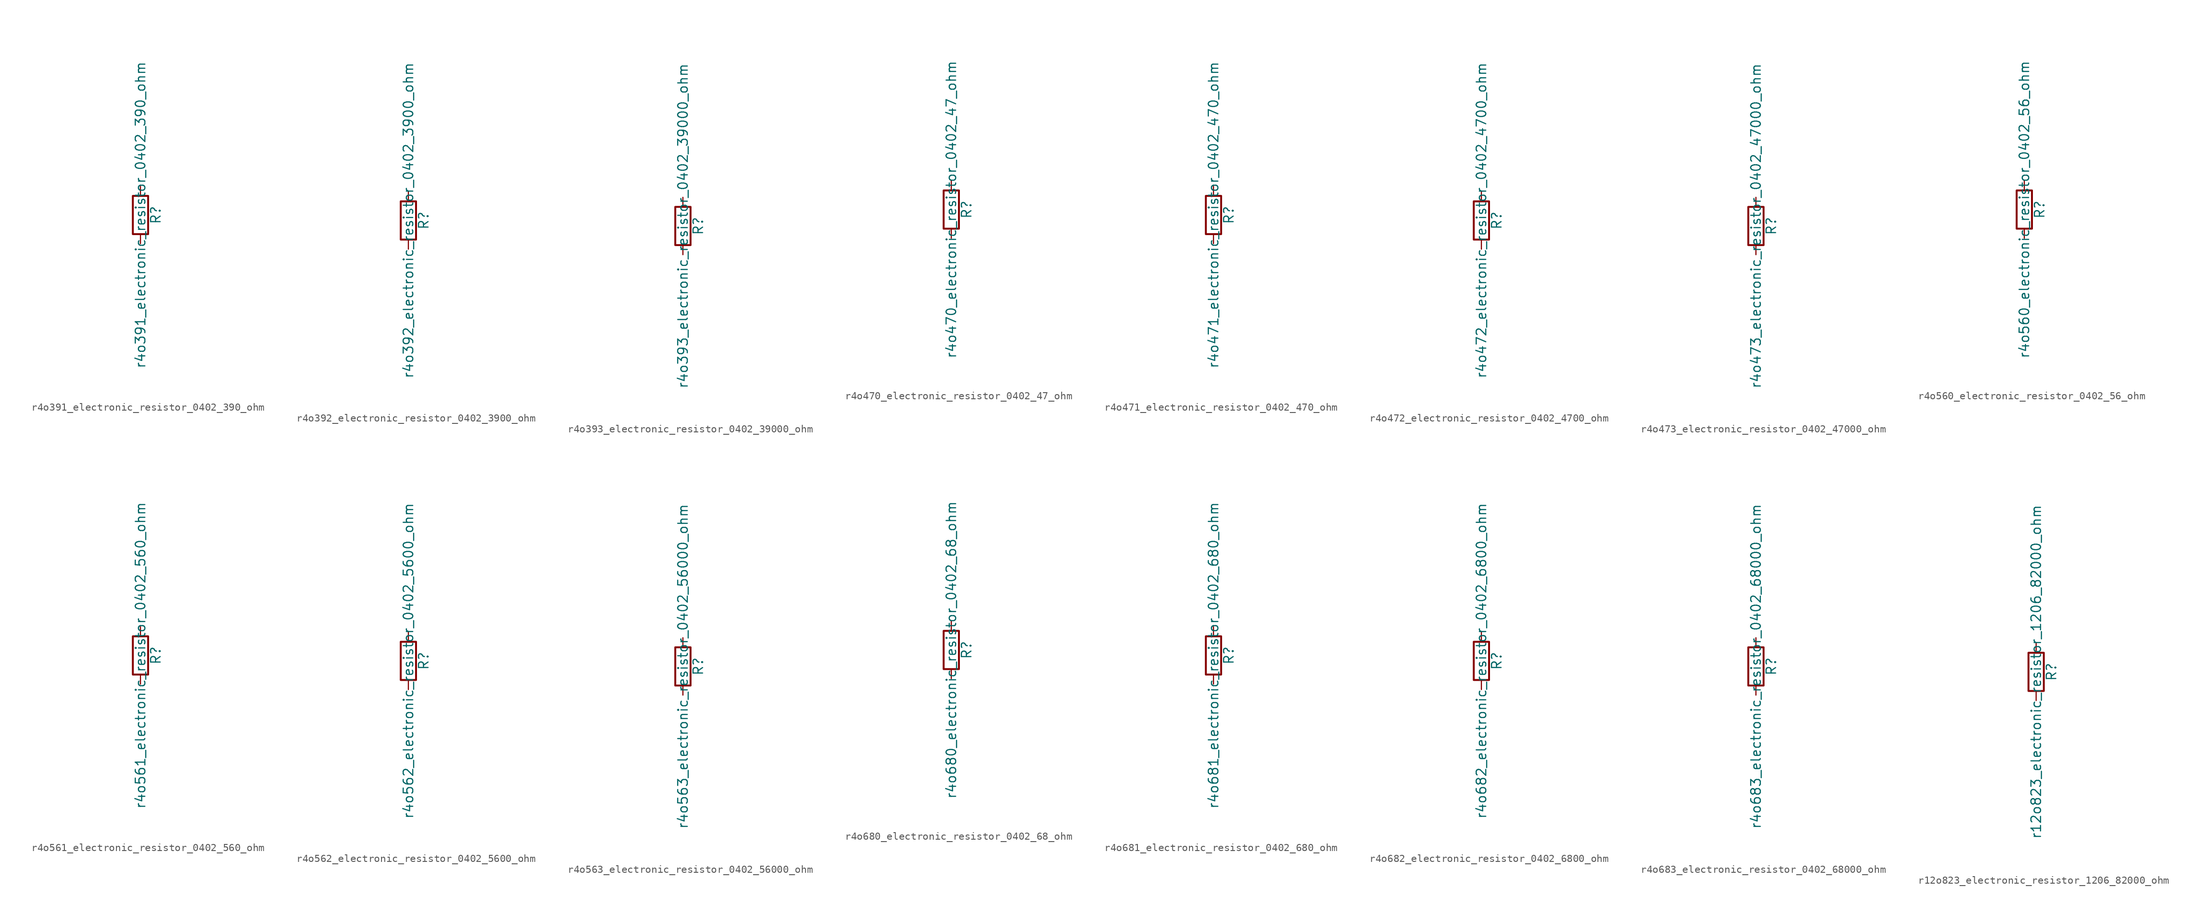
<source format=kicad_sym>
(kicad_symbol_lib
  (version 20220914)
  (generator kicad_symbol_editor)
  (symbol "r4o391_electronic_resistor_0402_390_ohm"
    (pin_numbers hide)
    (pin_names
      (offset 0))
    (property "Reference" "R"
      (at 2.032 0 90)
      (effects (font (size 1.27 1.27))))
    (property "Value" "r4o391_electronic_resistor_0402_390_ohm"
      (at 0 0 90)
      (effects (font (size 1.27 1.27))))
    (symbol "r4o391_electronic_resistor_0402_390_ohm_0_1"
      (rectangle (start -1.016 -2.54) (end 1.016 2.54) (stroke (width 0.254) (type default)) (fill (type none))))
    (symbol "r4o391_electronic_resistor_0402_390_ohm_1_1"
      (pin passive line (at 0 3.81 270) (length 1.27) (name "~" (effects (font (size 1.27 1.27)))) (number "1" (effects (font (size 1.27 1.27)))))
      (pin passive line (at 0 -3.81 90) (length 1.27) (name "~" (effects (font (size 1.27 1.27)))) (number "2" (effects (font (size 1.27 1.27)))))))
  (symbol "r4o392_electronic_resistor_0402_3900_ohm"
    (pin_numbers hide)
    (pin_names
      (offset 0))
    (property "Reference" "R"
      (at 2.032 0 90)
      (effects (font (size 1.27 1.27))))
    (property "Value" "r4o392_electronic_resistor_0402_3900_ohm"
      (at 0 0 90)
      (effects (font (size 1.27 1.27))))
    (symbol "r4o392_electronic_resistor_0402_3900_ohm_0_1"
      (rectangle (start -1.016 -2.54) (end 1.016 2.54) (stroke (width 0.254) (type default)) (fill (type none))))
    (symbol "r4o392_electronic_resistor_0402_3900_ohm_1_1"
      (pin passive line (at 0 3.81 270) (length 1.27) (name "~" (effects (font (size 1.27 1.27)))) (number "1" (effects (font (size 1.27 1.27)))))
      (pin passive line (at 0 -3.81 90) (length 1.27) (name "~" (effects (font (size 1.27 1.27)))) (number "2" (effects (font (size 1.27 1.27)))))))
  (symbol "r4o393_electronic_resistor_0402_39000_ohm"
    (pin_numbers hide)
    (pin_names
      (offset 0))
    (property "Reference" "R"
      (at 2.032 0 90)
      (effects (font (size 1.27 1.27))))
    (property "Value" "r4o393_electronic_resistor_0402_39000_ohm"
      (at 0 0 90)
      (effects (font (size 1.27 1.27))))
    (symbol "r4o393_electronic_resistor_0402_39000_ohm_0_1"
      (rectangle (start -1.016 -2.54) (end 1.016 2.54) (stroke (width 0.254) (type default)) (fill (type none))))
    (symbol "r4o393_electronic_resistor_0402_39000_ohm_1_1"
      (pin passive line (at 0 3.81 270) (length 1.27) (name "~" (effects (font (size 1.27 1.27)))) (number "1" (effects (font (size 1.27 1.27)))))
      (pin passive line (at 0 -3.81 90) (length 1.27) (name "~" (effects (font (size 1.27 1.27)))) (number "2" (effects (font (size 1.27 1.27)))))))
  (symbol "r4o470_electronic_resistor_0402_47_ohm"
    (pin_numbers hide)
    (pin_names
      (offset 0))
    (property "Reference" "R"
      (at 2.032 0 90)
      (effects (font (size 1.27 1.27))))
    (property "Value" "r4o470_electronic_resistor_0402_47_ohm"
      (at 0 0 90)
      (effects (font (size 1.27 1.27))))
    (symbol "r4o470_electronic_resistor_0402_47_ohm_0_1"
      (rectangle (start -1.016 -2.54) (end 1.016 2.54) (stroke (width 0.254) (type default)) (fill (type none))))
    (symbol "r4o470_electronic_resistor_0402_47_ohm_1_1"
      (pin passive line (at 0 3.81 270) (length 1.27) (name "~" (effects (font (size 1.27 1.27)))) (number "1" (effects (font (size 1.27 1.27)))))
      (pin passive line (at 0 -3.81 90) (length 1.27) (name "~" (effects (font (size 1.27 1.27)))) (number "2" (effects (font (size 1.27 1.27)))))))
  (symbol "r4o471_electronic_resistor_0402_470_ohm"
    (pin_numbers hide)
    (pin_names
      (offset 0))
    (property "Reference" "R"
      (at 2.032 0 90)
      (effects (font (size 1.27 1.27))))
    (property "Value" "r4o471_electronic_resistor_0402_470_ohm"
      (at 0 0 90)
      (effects (font (size 1.27 1.27))))
    (symbol "r4o471_electronic_resistor_0402_470_ohm_0_1"
      (rectangle (start -1.016 -2.54) (end 1.016 2.54) (stroke (width 0.254) (type default)) (fill (type none))))
    (symbol "r4o471_electronic_resistor_0402_470_ohm_1_1"
      (pin passive line (at 0 3.81 270) (length 1.27) (name "~" (effects (font (size 1.27 1.27)))) (number "1" (effects (font (size 1.27 1.27)))))
      (pin passive line (at 0 -3.81 90) (length 1.27) (name "~" (effects (font (size 1.27 1.27)))) (number "2" (effects (font (size 1.27 1.27)))))))
  (symbol "r4o472_electronic_resistor_0402_4700_ohm"
    (pin_numbers hide)
    (pin_names
      (offset 0))
    (property "Reference" "R"
      (at 2.032 0 90)
      (effects (font (size 1.27 1.27))))
    (property "Value" "r4o472_electronic_resistor_0402_4700_ohm"
      (at 0 0 90)
      (effects (font (size 1.27 1.27))))
    (symbol "r4o472_electronic_resistor_0402_4700_ohm_0_1"
      (rectangle (start -1.016 -2.54) (end 1.016 2.54) (stroke (width 0.254) (type default)) (fill (type none))))
    (symbol "r4o472_electronic_resistor_0402_4700_ohm_1_1"
      (pin passive line (at 0 3.81 270) (length 1.27) (name "~" (effects (font (size 1.27 1.27)))) (number "1" (effects (font (size 1.27 1.27)))))
      (pin passive line (at 0 -3.81 90) (length 1.27) (name "~" (effects (font (size 1.27 1.27)))) (number "2" (effects (font (size 1.27 1.27)))))))
  (symbol "r4o473_electronic_resistor_0402_47000_ohm"
    (pin_numbers hide)
    (pin_names
      (offset 0))
    (property "Reference" "R"
      (at 2.032 0 90)
      (effects (font (size 1.27 1.27))))
    (property "Value" "r4o473_electronic_resistor_0402_47000_ohm"
      (at 0 0 90)
      (effects (font (size 1.27 1.27))))
    (symbol "r4o473_electronic_resistor_0402_47000_ohm_0_1"
      (rectangle (start -1.016 -2.54) (end 1.016 2.54) (stroke (width 0.254) (type default)) (fill (type none))))
    (symbol "r4o473_electronic_resistor_0402_47000_ohm_1_1"
      (pin passive line (at 0 3.81 270) (length 1.27) (name "~" (effects (font (size 1.27 1.27)))) (number "1" (effects (font (size 1.27 1.27)))))
      (pin passive line (at 0 -3.81 90) (length 1.27) (name "~" (effects (font (size 1.27 1.27)))) (number "2" (effects (font (size 1.27 1.27)))))))
  (symbol "r4o560_electronic_resistor_0402_56_ohm"
    (pin_numbers hide)
    (pin_names
      (offset 0))
    (property "Reference" "R"
      (at 2.032 0 90)
      (effects (font (size 1.27 1.27))))
    (property "Value" "r4o560_electronic_resistor_0402_56_ohm"
      (at 0 0 90)
      (effects (font (size 1.27 1.27))))
    (symbol "r4o560_electronic_resistor_0402_56_ohm_0_1"
      (rectangle (start -1.016 -2.54) (end 1.016 2.54) (stroke (width 0.254) (type default)) (fill (type none))))
    (symbol "r4o560_electronic_resistor_0402_56_ohm_1_1"
      (pin passive line (at 0 3.81 270) (length 1.27) (name "~" (effects (font (size 1.27 1.27)))) (number "1" (effects (font (size 1.27 1.27)))))
      (pin passive line (at 0 -3.81 90) (length 1.27) (name "~" (effects (font (size 1.27 1.27)))) (number "2" (effects (font (size 1.27 1.27)))))))
  (symbol "r4o561_electronic_resistor_0402_560_ohm"
    (pin_numbers hide)
    (pin_names
      (offset 0))
    (property "Reference" "R"
      (at 2.032 0 90)
      (effects (font (size 1.27 1.27))))
    (property "Value" "r4o561_electronic_resistor_0402_560_ohm"
      (at 0 0 90)
      (effects (font (size 1.27 1.27))))
    (symbol "r4o561_electronic_resistor_0402_560_ohm_0_1"
      (rectangle (start -1.016 -2.54) (end 1.016 2.54) (stroke (width 0.254) (type default)) (fill (type none))))
    (symbol "r4o561_electronic_resistor_0402_560_ohm_1_1"
      (pin passive line (at 0 3.81 270) (length 1.27) (name "~" (effects (font (size 1.27 1.27)))) (number "1" (effects (font (size 1.27 1.27)))))
      (pin passive line (at 0 -3.81 90) (length 1.27) (name "~" (effects (font (size 1.27 1.27)))) (number "2" (effects (font (size 1.27 1.27)))))))
  (symbol "r4o562_electronic_resistor_0402_5600_ohm"
    (pin_numbers hide)
    (pin_names
      (offset 0))
    (property "Reference" "R"
      (at 2.032 0 90)
      (effects (font (size 1.27 1.27))))
    (property "Value" "r4o562_electronic_resistor_0402_5600_ohm"
      (at 0 0 90)
      (effects (font (size 1.27 1.27))))
    (symbol "r4o562_electronic_resistor_0402_5600_ohm_0_1"
      (rectangle (start -1.016 -2.54) (end 1.016 2.54) (stroke (width 0.254) (type default)) (fill (type none))))
    (symbol "r4o562_electronic_resistor_0402_5600_ohm_1_1"
      (pin passive line (at 0 3.81 270) (length 1.27) (name "~" (effects (font (size 1.27 1.27)))) (number "1" (effects (font (size 1.27 1.27)))))
      (pin passive line (at 0 -3.81 90) (length 1.27) (name "~" (effects (font (size 1.27 1.27)))) (number "2" (effects (font (size 1.27 1.27)))))))
  (symbol "r4o563_electronic_resistor_0402_56000_ohm"
    (pin_numbers hide)
    (pin_names
      (offset 0))
    (property "Reference" "R"
      (at 2.032 0 90)
      (effects (font (size 1.27 1.27))))
    (property "Value" "r4o563_electronic_resistor_0402_56000_ohm"
      (at 0 0 90)
      (effects (font (size 1.27 1.27))))
    (symbol "r4o563_electronic_resistor_0402_56000_ohm_0_1"
      (rectangle (start -1.016 -2.54) (end 1.016 2.54) (stroke (width 0.254) (type default)) (fill (type none))))
    (symbol "r4o563_electronic_resistor_0402_56000_ohm_1_1"
      (pin passive line (at 0 3.81 270) (length 1.27) (name "~" (effects (font (size 1.27 1.27)))) (number "1" (effects (font (size 1.27 1.27)))))
      (pin passive line (at 0 -3.81 90) (length 1.27) (name "~" (effects (font (size 1.27 1.27)))) (number "2" (effects (font (size 1.27 1.27)))))))
  (symbol "r4o680_electronic_resistor_0402_68_ohm"
    (pin_numbers hide)
    (pin_names
      (offset 0))
    (property "Reference" "R"
      (at 2.032 0 90)
      (effects (font (size 1.27 1.27))))
    (property "Value" "r4o680_electronic_resistor_0402_68_ohm"
      (at 0 0 90)
      (effects (font (size 1.27 1.27))))
    (symbol "r4o680_electronic_resistor_0402_68_ohm_0_1"
      (rectangle (start -1.016 -2.54) (end 1.016 2.54) (stroke (width 0.254) (type default)) (fill (type none))))
    (symbol "r4o680_electronic_resistor_0402_68_ohm_1_1"
      (pin passive line (at 0 3.81 270) (length 1.27) (name "~" (effects (font (size 1.27 1.27)))) (number "1" (effects (font (size 1.27 1.27)))))
      (pin passive line (at 0 -3.81 90) (length 1.27) (name "~" (effects (font (size 1.27 1.27)))) (number "2" (effects (font (size 1.27 1.27)))))))
  (symbol "r4o681_electronic_resistor_0402_680_ohm"
    (pin_numbers hide)
    (pin_names
      (offset 0))
    (property "Reference" "R"
      (at 2.032 0 90)
      (effects (font (size 1.27 1.27))))
    (property "Value" "r4o681_electronic_resistor_0402_680_ohm"
      (at 0 0 90)
      (effects (font (size 1.27 1.27))))
    (symbol "r4o681_electronic_resistor_0402_680_ohm_0_1"
      (rectangle (start -1.016 -2.54) (end 1.016 2.54) (stroke (width 0.254) (type default)) (fill (type none))))
    (symbol "r4o681_electronic_resistor_0402_680_ohm_1_1"
      (pin passive line (at 0 3.81 270) (length 1.27) (name "~" (effects (font (size 1.27 1.27)))) (number "1" (effects (font (size 1.27 1.27)))))
      (pin passive line (at 0 -3.81 90) (length 1.27) (name "~" (effects (font (size 1.27 1.27)))) (number "2" (effects (font (size 1.27 1.27)))))))
  (symbol "r4o682_electronic_resistor_0402_6800_ohm"
    (pin_numbers hide)
    (pin_names
      (offset 0))
    (property "Reference" "R"
      (at 2.032 0 90)
      (effects (font (size 1.27 1.27))))
    (property "Value" "r4o682_electronic_resistor_0402_6800_ohm"
      (at 0 0 90)
      (effects (font (size 1.27 1.27))))
    (symbol "r4o682_electronic_resistor_0402_6800_ohm_0_1"
      (rectangle (start -1.016 -2.54) (end 1.016 2.54) (stroke (width 0.254) (type default)) (fill (type none))))
    (symbol "r4o682_electronic_resistor_0402_6800_ohm_1_1"
      (pin passive line (at 0 3.81 270) (length 1.27) (name "~" (effects (font (size 1.27 1.27)))) (number "1" (effects (font (size 1.27 1.27)))))
      (pin passive line (at 0 -3.81 90) (length 1.27) (name "~" (effects (font (size 1.27 1.27)))) (number "2" (effects (font (size 1.27 1.27)))))))
  (symbol "r4o683_electronic_resistor_0402_68000_ohm"
    (pin_numbers hide)
    (pin_names
      (offset 0))
    (property "Reference" "R"
      (at 2.032 0 90)
      (effects (font (size 1.27 1.27))))
    (property "Value" "r4o683_electronic_resistor_0402_68000_ohm"
      (at 0 0 90)
      (effects (font (size 1.27 1.27))))
    (symbol "r4o683_electronic_resistor_0402_68000_ohm_0_1"
      (rectangle (start -1.016 -2.54) (end 1.016 2.54) (stroke (width 0.254) (type default)) (fill (type none))))
    (symbol "r4o683_electronic_resistor_0402_68000_ohm_1_1"
      (pin passive line (at 0 3.81 270) (length 1.27) (name "~" (effects (font (size 1.27 1.27)))) (number "1" (effects (font (size 1.27 1.27)))))
      (pin passive line (at 0 -3.81 90) (length 1.27) (name "~" (effects (font (size 1.27 1.27)))) (number "2" (effects (font (size 1.27 1.27)))))))
  (symbol "r12o823_electronic_resistor_1206_82000_ohm"
    (pin_numbers hide)
    (pin_names
      (offset 0))
    (property "Reference" "R"
      (at 2.032 0 90)
      (effects (font (size 1.27 1.27))))
    (property "Value" "r12o823_electronic_resistor_1206_82000_ohm"
      (at 0 0 90)
      (effects (font (size 1.27 1.27))))
    (symbol "r12o823_electronic_resistor_1206_82000_ohm_0_1"
      (rectangle (start -1.016 -2.54) (end 1.016 2.54) (stroke (width 0.254) (type default)) (fill (type none))))
    (symbol "r12o823_electronic_resistor_1206_82000_ohm_1_1"
      (pin passive line (at 0 3.81 270) (length 1.27) (name "~" (effects (font (size 1.27 1.27)))) (number "1" (effects (font (size 1.27 1.27)))))
      (pin passive line (at 0 -3.81 90) (length 1.27) (name "~" (effects (font (size 1.27 1.27)))) (number "2" (effects (font (size 1.27 1.27))))))))
</source>
